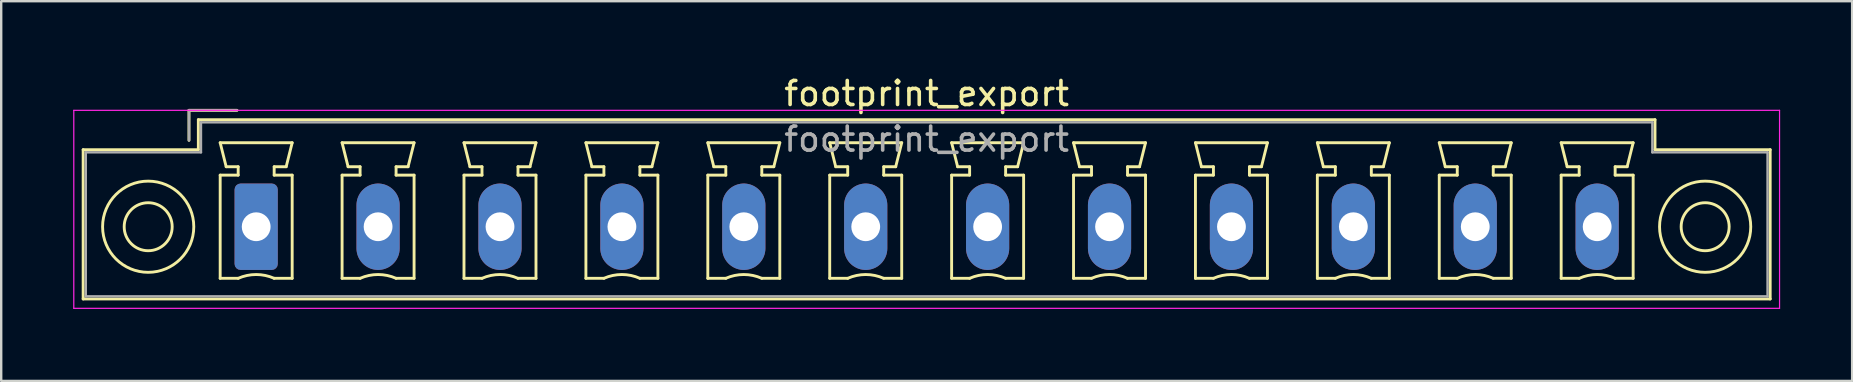
<source format=kicad_pcb>
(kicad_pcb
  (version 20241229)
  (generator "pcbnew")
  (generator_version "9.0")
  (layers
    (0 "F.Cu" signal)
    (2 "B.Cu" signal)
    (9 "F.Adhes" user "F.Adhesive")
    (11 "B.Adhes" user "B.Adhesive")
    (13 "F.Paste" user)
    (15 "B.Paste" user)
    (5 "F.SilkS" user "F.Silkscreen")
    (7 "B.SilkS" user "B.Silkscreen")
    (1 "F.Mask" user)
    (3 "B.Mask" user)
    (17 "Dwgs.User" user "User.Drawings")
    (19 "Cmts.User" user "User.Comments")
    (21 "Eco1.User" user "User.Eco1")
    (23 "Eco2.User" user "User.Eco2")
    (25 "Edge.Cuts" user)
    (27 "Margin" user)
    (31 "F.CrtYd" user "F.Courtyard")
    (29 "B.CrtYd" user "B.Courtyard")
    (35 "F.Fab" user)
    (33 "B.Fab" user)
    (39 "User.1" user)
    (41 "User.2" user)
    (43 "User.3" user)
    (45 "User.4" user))
  (footprint "footprint_export"
    (layer "F.Cu")
    (at 7.625 6.398)
    (property "Reference" "footprint_export" (at 27.94 -5.55 0) (layer "F.SilkS") (effects (font (size 1 1) (thickness 0.15))))
    (attr through_hole)
    (fp_line (start -7.21 -3.21) (end -7.21 3.01) (stroke (width 0.12) (type solid)) (layer "F.SilkS"))
    (fp_line (start -7.21 3.01) (end 63.09 3.01) (stroke (width 0.12) (type solid)) (layer "F.SilkS"))
    (fp_line (start -2.8 -4.85) (end -0.8 -4.85) (stroke (width 0.12) (type solid)) (layer "F.SilkS"))
    (fp_line (start -2.8 -3.6) (end -2.8 -4.85) (stroke (width 0.12) (type solid)) (layer "F.SilkS"))
    (fp_line (start -2.41 -4.46) (end -2.41 -3.21) (stroke (width 0.12) (type solid)) (layer "F.SilkS"))
    (fp_line (start -2.41 -3.21) (end -7.21 -3.21) (stroke (width 0.12) (type solid)) (layer "F.SilkS"))
    (fp_line (start -1.5 -3.5) (end 1.5 -3.5) (stroke (width 0.12) (type solid)) (layer "F.SilkS"))
    (fp_line (start -1.5 -2.15) (end -0.75 -2.15) (stroke (width 0.12) (type solid)) (layer "F.SilkS"))
    (fp_line (start -1.5 2.15) (end -1.5 -2.15) (stroke (width 0.12) (type solid)) (layer "F.SilkS"))
    (fp_line (start -1.25 -2.5) (end -1.5 -3.5) (stroke (width 0.12) (type solid)) (layer "F.SilkS"))
    (fp_line (start -0.75 -2.5) (end -1.25 -2.5) (stroke (width 0.12) (type solid)) (layer "F.SilkS"))
    (fp_line (start -0.75 -2.15) (end -0.75 -2.5) (stroke (width 0.12) (type solid)) (layer "F.SilkS"))
    (fp_line (start -0.75 2.15) (end -1.5 2.15) (stroke (width 0.12) (type solid)) (layer "F.SilkS"))
    (fp_line (start 0.75 -2.5) (end 0.75 -2.15) (stroke (width 0.12) (type solid)) (layer "F.SilkS"))
    (fp_line (start 0.75 -2.15) (end 1.5 -2.15) (stroke (width 0.12) (type solid)) (layer "F.SilkS"))
    (fp_line (start 1.25 -2.5) (end 0.75 -2.5) (stroke (width 0.12) (type solid)) (layer "F.SilkS"))
    (fp_line (start 1.5 -3.5) (end 1.25 -2.5) (stroke (width 0.12) (type solid)) (layer "F.SilkS"))
    (fp_line (start 1.5 -2.15) (end 1.5 2.15) (stroke (width 0.12) (type solid)) (layer "F.SilkS"))
    (fp_line (start 1.5 2.15) (end 0.75 2.15) (stroke (width 0.12) (type solid)) (layer "F.SilkS"))
    (fp_line (start 3.58 -3.5) (end 6.58 -3.5) (stroke (width 0.12) (type solid)) (layer "F.SilkS"))
    (fp_line (start 3.58 -2.15) (end 4.33 -2.15) (stroke (width 0.12) (type solid)) (layer "F.SilkS"))
    (fp_line (start 3.58 2.15) (end 3.58 -2.15) (stroke (width 0.12) (type solid)) (layer "F.SilkS"))
    (fp_line (start 3.83 -2.5) (end 3.58 -3.5) (stroke (width 0.12) (type solid)) (layer "F.SilkS"))
    (fp_line (start 4.33 -2.5) (end 3.83 -2.5) (stroke (width 0.12) (type solid)) (layer "F.SilkS"))
    (fp_line (start 4.33 -2.15) (end 4.33 -2.5) (stroke (width 0.12) (type solid)) (layer "F.SilkS"))
    (fp_line (start 4.33 2.15) (end 3.58 2.15) (stroke (width 0.12) (type solid)) (layer "F.SilkS"))
    (fp_line (start 5.83 -2.5) (end 5.83 -2.15) (stroke (width 0.12) (type solid)) (layer "F.SilkS"))
    (fp_line (start 5.83 -2.15) (end 6.58 -2.15) (stroke (width 0.12) (type solid)) (layer "F.SilkS"))
    (fp_line (start 6.33 -2.5) (end 5.83 -2.5) (stroke (width 0.12) (type solid)) (layer "F.SilkS"))
    (fp_line (start 6.58 -3.5) (end 6.33 -2.5) (stroke (width 0.12) (type solid)) (layer "F.SilkS"))
    (fp_line (start 6.58 -2.15) (end 6.58 2.15) (stroke (width 0.12) (type solid)) (layer "F.SilkS"))
    (fp_line (start 6.58 2.15) (end 5.83 2.15) (stroke (width 0.12) (type solid)) (layer "F.SilkS"))
    (fp_line (start 8.66 -3.5) (end 11.66 -3.5) (stroke (width 0.12) (type solid)) (layer "F.SilkS"))
    (fp_line (start 8.66 -2.15) (end 9.41 -2.15) (stroke (width 0.12) (type solid)) (layer "F.SilkS"))
    (fp_line (start 8.66 2.15) (end 8.66 -2.15) (stroke (width 0.12) (type solid)) (layer "F.SilkS"))
    (fp_line (start 8.91 -2.5) (end 8.66 -3.5) (stroke (width 0.12) (type solid)) (layer "F.SilkS"))
    (fp_line (start 9.41 -2.5) (end 8.91 -2.5) (stroke (width 0.12) (type solid)) (layer "F.SilkS"))
    (fp_line (start 9.41 -2.15) (end 9.41 -2.5) (stroke (width 0.12) (type solid)) (layer "F.SilkS"))
    (fp_line (start 9.41 2.15) (end 8.66 2.15) (stroke (width 0.12) (type solid)) (layer "F.SilkS"))
    (fp_line (start 10.91 -2.5) (end 10.91 -2.15) (stroke (width 0.12) (type solid)) (layer "F.SilkS"))
    (fp_line (start 10.91 -2.15) (end 11.66 -2.15) (stroke (width 0.12) (type solid)) (layer "F.SilkS"))
    (fp_line (start 11.41 -2.5) (end 10.91 -2.5) (stroke (width 0.12) (type solid)) (layer "F.SilkS"))
    (fp_line (start 11.66 -3.5) (end 11.41 -2.5) (stroke (width 0.12) (type solid)) (layer "F.SilkS"))
    (fp_line (start 11.66 -2.15) (end 11.66 2.15) (stroke (width 0.12) (type solid)) (layer "F.SilkS"))
    (fp_line (start 11.66 2.15) (end 10.91 2.15) (stroke (width 0.12) (type solid)) (layer "F.SilkS"))
    (fp_line (start 13.74 -3.5) (end 16.74 -3.5) (stroke (width 0.12) (type solid)) (layer "F.SilkS"))
    (fp_line (start 13.74 -2.15) (end 14.49 -2.15) (stroke (width 0.12) (type solid)) (layer "F.SilkS"))
    (fp_line (start 13.74 2.15) (end 13.74 -2.15) (stroke (width 0.12) (type solid)) (layer "F.SilkS"))
    (fp_line (start 13.99 -2.5) (end 13.74 -3.5) (stroke (width 0.12) (type solid)) (layer "F.SilkS"))
    (fp_line (start 14.49 -2.5) (end 13.99 -2.5) (stroke (width 0.12) (type solid)) (layer "F.SilkS"))
    (fp_line (start 14.49 -2.15) (end 14.49 -2.5) (stroke (width 0.12) (type solid)) (layer "F.SilkS"))
    (fp_line (start 14.49 2.15) (end 13.74 2.15) (stroke (width 0.12) (type solid)) (layer "F.SilkS"))
    (fp_line (start 15.99 -2.5) (end 15.99 -2.15) (stroke (width 0.12) (type solid)) (layer "F.SilkS"))
    (fp_line (start 15.99 -2.15) (end 16.74 -2.15) (stroke (width 0.12) (type solid)) (layer "F.SilkS"))
    (fp_line (start 16.49 -2.5) (end 15.99 -2.5) (stroke (width 0.12) (type solid)) (layer "F.SilkS"))
    (fp_line (start 16.74 -3.5) (end 16.49 -2.5) (stroke (width 0.12) (type solid)) (layer "F.SilkS"))
    (fp_line (start 16.74 -2.15) (end 16.74 2.15) (stroke (width 0.12) (type solid)) (layer "F.SilkS"))
    (fp_line (start 16.74 2.15) (end 15.99 2.15) (stroke (width 0.12) (type solid)) (layer "F.SilkS"))
    (fp_line (start 18.82 -3.5) (end 21.82 -3.5) (stroke (width 0.12) (type solid)) (layer "F.SilkS"))
    (fp_line (start 18.82 -2.15) (end 19.57 -2.15) (stroke (width 0.12) (type solid)) (layer "F.SilkS"))
    (fp_line (start 18.82 2.15) (end 18.82 -2.15) (stroke (width 0.12) (type solid)) (layer "F.SilkS"))
    (fp_line (start 19.07 -2.5) (end 18.82 -3.5) (stroke (width 0.12) (type solid)) (layer "F.SilkS"))
    (fp_line (start 19.57 -2.5) (end 19.07 -2.5) (stroke (width 0.12) (type solid)) (layer "F.SilkS"))
    (fp_line (start 19.57 -2.15) (end 19.57 -2.5) (stroke (width 0.12) (type solid)) (layer "F.SilkS"))
    (fp_line (start 19.57 2.15) (end 18.82 2.15) (stroke (width 0.12) (type solid)) (layer "F.SilkS"))
    (fp_line (start 21.07 -2.5) (end 21.07 -2.15) (stroke (width 0.12) (type solid)) (layer "F.SilkS"))
    (fp_line (start 21.07 -2.15) (end 21.82 -2.15) (stroke (width 0.12) (type solid)) (layer "F.SilkS"))
    (fp_line (start 21.57 -2.5) (end 21.07 -2.5) (stroke (width 0.12) (type solid)) (layer "F.SilkS"))
    (fp_line (start 21.82 -3.5) (end 21.57 -2.5) (stroke (width 0.12) (type solid)) (layer "F.SilkS"))
    (fp_line (start 21.82 -2.15) (end 21.82 2.15) (stroke (width 0.12) (type solid)) (layer "F.SilkS"))
    (fp_line (start 21.82 2.15) (end 21.07 2.15) (stroke (width 0.12) (type solid)) (layer "F.SilkS"))
    (fp_line (start 23.9 -3.5) (end 26.9 -3.5) (stroke (width 0.12) (type solid)) (layer "F.SilkS"))
    (fp_line (start 23.9 -2.15) (end 24.65 -2.15) (stroke (width 0.12) (type solid)) (layer "F.SilkS"))
    (fp_line (start 23.9 2.15) (end 23.9 -2.15) (stroke (width 0.12) (type solid)) (layer "F.SilkS"))
    (fp_line (start 24.15 -2.5) (end 23.9 -3.5) (stroke (width 0.12) (type solid)) (layer "F.SilkS"))
    (fp_line (start 24.65 -2.5) (end 24.15 -2.5) (stroke (width 0.12) (type solid)) (layer "F.SilkS"))
    (fp_line (start 24.65 -2.15) (end 24.65 -2.5) (stroke (width 0.12) (type solid)) (layer "F.SilkS"))
    (fp_line (start 24.65 2.15) (end 23.9 2.15) (stroke (width 0.12) (type solid)) (layer "F.SilkS"))
    (fp_line (start 26.15 -2.5) (end 26.15 -2.15) (stroke (width 0.12) (type solid)) (layer "F.SilkS"))
    (fp_line (start 26.15 -2.15) (end 26.9 -2.15) (stroke (width 0.12) (type solid)) (layer "F.SilkS"))
    (fp_line (start 26.65 -2.5) (end 26.15 -2.5) (stroke (width 0.12) (type solid)) (layer "F.SilkS"))
    (fp_line (start 26.9 -3.5) (end 26.65 -2.5) (stroke (width 0.12) (type solid)) (layer "F.SilkS"))
    (fp_line (start 26.9 -2.15) (end 26.9 2.15) (stroke (width 0.12) (type solid)) (layer "F.SilkS"))
    (fp_line (start 26.9 2.15) (end 26.15 2.15) (stroke (width 0.12) (type solid)) (layer "F.SilkS"))
    (fp_line (start 28.98 -3.5) (end 31.98 -3.5) (stroke (width 0.12) (type solid)) (layer "F.SilkS"))
    (fp_line (start 28.98 -2.15) (end 29.73 -2.15) (stroke (width 0.12) (type solid)) (layer "F.SilkS"))
    (fp_line (start 28.98 2.15) (end 28.98 -2.15) (stroke (width 0.12) (type solid)) (layer "F.SilkS"))
    (fp_line (start 29.23 -2.5) (end 28.98 -3.5) (stroke (width 0.12) (type solid)) (layer "F.SilkS"))
    (fp_line (start 29.73 -2.5) (end 29.23 -2.5) (stroke (width 0.12) (type solid)) (layer "F.SilkS"))
    (fp_line (start 29.73 -2.15) (end 29.73 -2.5) (stroke (width 0.12) (type solid)) (layer "F.SilkS"))
    (fp_line (start 29.73 2.15) (end 28.98 2.15) (stroke (width 0.12) (type solid)) (layer "F.SilkS"))
    (fp_line (start 31.23 -2.5) (end 31.23 -2.15) (stroke (width 0.12) (type solid)) (layer "F.SilkS"))
    (fp_line (start 31.23 -2.15) (end 31.98 -2.15) (stroke (width 0.12) (type solid)) (layer "F.SilkS"))
    (fp_line (start 31.73 -2.5) (end 31.23 -2.5) (stroke (width 0.12) (type solid)) (layer "F.SilkS"))
    (fp_line (start 31.98 -3.5) (end 31.73 -2.5) (stroke (width 0.12) (type solid)) (layer "F.SilkS"))
    (fp_line (start 31.98 -2.15) (end 31.98 2.15) (stroke (width 0.12) (type solid)) (layer "F.SilkS"))
    (fp_line (start 31.98 2.15) (end 31.23 2.15) (stroke (width 0.12) (type solid)) (layer "F.SilkS"))
    (fp_line (start 34.06 -3.5) (end 37.06 -3.5) (stroke (width 0.12) (type solid)) (layer "F.SilkS"))
    (fp_line (start 34.06 -2.15) (end 34.81 -2.15) (stroke (width 0.12) (type solid)) (layer "F.SilkS"))
    (fp_line (start 34.06 2.15) (end 34.06 -2.15) (stroke (width 0.12) (type solid)) (layer "F.SilkS"))
    (fp_line (start 34.31 -2.5) (end 34.06 -3.5) (stroke (width 0.12) (type solid)) (layer "F.SilkS"))
    (fp_line (start 34.81 -2.5) (end 34.31 -2.5) (stroke (width 0.12) (type solid)) (layer "F.SilkS"))
    (fp_line (start 34.81 -2.15) (end 34.81 -2.5) (stroke (width 0.12) (type solid)) (layer "F.SilkS"))
    (fp_line (start 34.81 2.15) (end 34.06 2.15) (stroke (width 0.12) (type solid)) (layer "F.SilkS"))
    (fp_line (start 36.31 -2.5) (end 36.31 -2.15) (stroke (width 0.12) (type solid)) (layer "F.SilkS"))
    (fp_line (start 36.31 -2.15) (end 37.06 -2.15) (stroke (width 0.12) (type solid)) (layer "F.SilkS"))
    (fp_line (start 36.81 -2.5) (end 36.31 -2.5) (stroke (width 0.12) (type solid)) (layer "F.SilkS"))
    (fp_line (start 37.06 -3.5) (end 36.81 -2.5) (stroke (width 0.12) (type solid)) (layer "F.SilkS"))
    (fp_line (start 37.06 -2.15) (end 37.06 2.15) (stroke (width 0.12) (type solid)) (layer "F.SilkS"))
    (fp_line (start 37.06 2.15) (end 36.31 2.15) (stroke (width 0.12) (type solid)) (layer "F.SilkS"))
    (fp_line (start 39.14 -3.5) (end 42.14 -3.5) (stroke (width 0.12) (type solid)) (layer "F.SilkS"))
    (fp_line (start 39.14 -2.15) (end 39.89 -2.15) (stroke (width 0.12) (type solid)) (layer "F.SilkS"))
    (fp_line (start 39.14 2.15) (end 39.14 -2.15) (stroke (width 0.12) (type solid)) (layer "F.SilkS"))
    (fp_line (start 39.39 -2.5) (end 39.14 -3.5) (stroke (width 0.12) (type solid)) (layer "F.SilkS"))
    (fp_line (start 39.89 -2.5) (end 39.39 -2.5) (stroke (width 0.12) (type solid)) (layer "F.SilkS"))
    (fp_line (start 39.89 -2.15) (end 39.89 -2.5) (stroke (width 0.12) (type solid)) (layer "F.SilkS"))
    (fp_line (start 39.89 2.15) (end 39.14 2.15) (stroke (width 0.12) (type solid)) (layer "F.SilkS"))
    (fp_line (start 41.39 -2.5) (end 41.39 -2.15) (stroke (width 0.12) (type solid)) (layer "F.SilkS"))
    (fp_line (start 41.39 -2.15) (end 42.14 -2.15) (stroke (width 0.12) (type solid)) (layer "F.SilkS"))
    (fp_line (start 41.89 -2.5) (end 41.39 -2.5) (stroke (width 0.12) (type solid)) (layer "F.SilkS"))
    (fp_line (start 42.14 -3.5) (end 41.89 -2.5) (stroke (width 0.12) (type solid)) (layer "F.SilkS"))
    (fp_line (start 42.14 -2.15) (end 42.14 2.15) (stroke (width 0.12) (type solid)) (layer "F.SilkS"))
    (fp_line (start 42.14 2.15) (end 41.39 2.15) (stroke (width 0.12) (type solid)) (layer "F.SilkS"))
    (fp_line (start 44.22 -3.5) (end 47.22 -3.5) (stroke (width 0.12) (type solid)) (layer "F.SilkS"))
    (fp_line (start 44.22 -2.15) (end 44.97 -2.15) (stroke (width 0.12) (type solid)) (layer "F.SilkS"))
    (fp_line (start 44.22 2.15) (end 44.22 -2.15) (stroke (width 0.12) (type solid)) (layer "F.SilkS"))
    (fp_line (start 44.47 -2.5) (end 44.22 -3.5) (stroke (width 0.12) (type solid)) (layer "F.SilkS"))
    (fp_line (start 44.97 -2.5) (end 44.47 -2.5) (stroke (width 0.12) (type solid)) (layer "F.SilkS"))
    (fp_line (start 44.97 -2.15) (end 44.97 -2.5) (stroke (width 0.12) (type solid)) (layer "F.SilkS"))
    (fp_line (start 44.97 2.15) (end 44.22 2.15) (stroke (width 0.12) (type solid)) (layer "F.SilkS"))
    (fp_line (start 46.47 -2.5) (end 46.47 -2.15) (stroke (width 0.12) (type solid)) (layer "F.SilkS"))
    (fp_line (start 46.47 -2.15) (end 47.22 -2.15) (stroke (width 0.12) (type solid)) (layer "F.SilkS"))
    (fp_line (start 46.97 -2.5) (end 46.47 -2.5) (stroke (width 0.12) (type solid)) (layer "F.SilkS"))
    (fp_line (start 47.22 -3.5) (end 46.97 -2.5) (stroke (width 0.12) (type solid)) (layer "F.SilkS"))
    (fp_line (start 47.22 -2.15) (end 47.22 2.15) (stroke (width 0.12) (type solid)) (layer "F.SilkS"))
    (fp_line (start 47.22 2.15) (end 46.47 2.15) (stroke (width 0.12) (type solid)) (layer "F.SilkS"))
    (fp_line (start 49.3 -3.5) (end 52.3 -3.5) (stroke (width 0.12) (type solid)) (layer "F.SilkS"))
    (fp_line (start 49.3 -2.15) (end 50.05 -2.15) (stroke (width 0.12) (type solid)) (layer "F.SilkS"))
    (fp_line (start 49.3 2.15) (end 49.3 -2.15) (stroke (width 0.12) (type solid)) (layer "F.SilkS"))
    (fp_line (start 49.55 -2.5) (end 49.3 -3.5) (stroke (width 0.12) (type solid)) (layer "F.SilkS"))
    (fp_line (start 50.05 -2.5) (end 49.55 -2.5) (stroke (width 0.12) (type solid)) (layer "F.SilkS"))
    (fp_line (start 50.05 -2.15) (end 50.05 -2.5) (stroke (width 0.12) (type solid)) (layer "F.SilkS"))
    (fp_line (start 50.05 2.15) (end 49.3 2.15) (stroke (width 0.12) (type solid)) (layer "F.SilkS"))
    (fp_line (start 51.55 -2.5) (end 51.55 -2.15) (stroke (width 0.12) (type solid)) (layer "F.SilkS"))
    (fp_line (start 51.55 -2.15) (end 52.3 -2.15) (stroke (width 0.12) (type solid)) (layer "F.SilkS"))
    (fp_line (start 52.05 -2.5) (end 51.55 -2.5) (stroke (width 0.12) (type solid)) (layer "F.SilkS"))
    (fp_line (start 52.3 -3.5) (end 52.05 -2.5) (stroke (width 0.12) (type solid)) (layer "F.SilkS"))
    (fp_line (start 52.3 -2.15) (end 52.3 2.15) (stroke (width 0.12) (type solid)) (layer "F.SilkS"))
    (fp_line (start 52.3 2.15) (end 51.55 2.15) (stroke (width 0.12) (type solid)) (layer "F.SilkS"))
    (fp_line (start 54.38 -3.5) (end 57.38 -3.5) (stroke (width 0.12) (type solid)) (layer "F.SilkS"))
    (fp_line (start 54.38 -2.15) (end 55.13 -2.15) (stroke (width 0.12) (type solid)) (layer "F.SilkS"))
    (fp_line (start 54.38 2.15) (end 54.38 -2.15) (stroke (width 0.12) (type solid)) (layer "F.SilkS"))
    (fp_line (start 54.63 -2.5) (end 54.38 -3.5) (stroke (width 0.12) (type solid)) (layer "F.SilkS"))
    (fp_line (start 55.13 -2.5) (end 54.63 -2.5) (stroke (width 0.12) (type solid)) (layer "F.SilkS"))
    (fp_line (start 55.13 -2.15) (end 55.13 -2.5) (stroke (width 0.12) (type solid)) (layer "F.SilkS"))
    (fp_line (start 55.13 2.15) (end 54.38 2.15) (stroke (width 0.12) (type solid)) (layer "F.SilkS"))
    (fp_line (start 56.63 -2.5) (end 56.63 -2.15) (stroke (width 0.12) (type solid)) (layer "F.SilkS"))
    (fp_line (start 56.63 -2.15) (end 57.38 -2.15) (stroke (width 0.12) (type solid)) (layer "F.SilkS"))
    (fp_line (start 57.13 -2.5) (end 56.63 -2.5) (stroke (width 0.12) (type solid)) (layer "F.SilkS"))
    (fp_line (start 57.38 -3.5) (end 57.13 -2.5) (stroke (width 0.12) (type solid)) (layer "F.SilkS"))
    (fp_line (start 57.38 -2.15) (end 57.38 2.15) (stroke (width 0.12) (type solid)) (layer "F.SilkS"))
    (fp_line (start 57.38 2.15) (end 56.63 2.15) (stroke (width 0.12) (type solid)) (layer "F.SilkS"))
    (fp_line (start 58.29 -4.46) (end -2.41 -4.46) (stroke (width 0.12) (type solid)) (layer "F.SilkS"))
    (fp_line (start 58.29 -3.21) (end 58.29 -4.46) (stroke (width 0.12) (type solid)) (layer "F.SilkS"))
    (fp_line (start 63.09 -3.21) (end 58.29 -3.21) (stroke (width 0.12) (type solid)) (layer "F.SilkS"))
    (fp_line (start 63.09 3.01) (end 63.09 -3.21) (stroke (width 0.12) (type solid)) (layer "F.SilkS"))
    (fp_arc (start -0.75 2.15) (mid -0.000193 1.99191) (end 0.749647 2.149844) (stroke (width 0.12) (type solid)) (layer "F.SilkS"))
    (fp_arc (start 4.33 2.15) (mid 5.079807 1.99191) (end 5.829647 2.149844) (stroke (width 0.12) (type solid)) (layer "F.SilkS"))
    (fp_arc (start 9.41 2.15) (mid 10.159807 1.99191) (end 10.909647 2.149844) (stroke (width 0.12) (type solid)) (layer "F.SilkS"))
    (fp_arc (start 14.49 2.15) (mid 15.239807 1.99191) (end 15.989647 2.149844) (stroke (width 0.12) (type solid)) (layer "F.SilkS"))
    (fp_arc (start 19.57 2.15) (mid 20.319807 1.99191) (end 21.069647 2.149844) (stroke (width 0.12) (type solid)) (layer "F.SilkS"))
    (fp_arc (start 24.65 2.15) (mid 25.399807 1.99191) (end 26.149647 2.149844) (stroke (width 0.12) (type solid)) (layer "F.SilkS"))
    (fp_arc (start 29.73 2.15) (mid 30.479807 1.99191) (end 31.229647 2.149844) (stroke (width 0.12) (type solid)) (layer "F.SilkS"))
    (fp_arc (start 34.81 2.15) (mid 35.559807 1.99191) (end 36.309647 2.149844) (stroke (width 0.12) (type solid)) (layer "F.SilkS"))
    (fp_arc (start 39.89 2.15) (mid 40.639807 1.99191) (end 41.389647 2.149844) (stroke (width 0.12) (type solid)) (layer "F.SilkS"))
    (fp_arc (start 44.97 2.15) (mid 45.719807 1.99191) (end 46.469647 2.149844) (stroke (width 0.12) (type solid)) (layer "F.SilkS"))
    (fp_arc (start 50.05 2.15) (mid 50.799807 1.99191) (end 51.549647 2.149844) (stroke (width 0.12) (type solid)) (layer "F.SilkS"))
    (fp_arc (start 55.13 2.15) (mid 55.879807 1.99191) (end 56.629647 2.149844) (stroke (width 0.12) (type solid)) (layer "F.SilkS"))
    (fp_circle (center -4.5 0) (end -3.5 0) (stroke (width 0.12) (type solid)) (fill no) (layer "F.SilkS"))
    (fp_circle (center -4.5 0) (end -2.6 0) (stroke (width 0.12) (type solid)) (fill no) (layer "F.SilkS"))
    (fp_circle (center 60.38 0) (end 61.38 0) (stroke (width 0.12) (type solid)) (fill no) (layer "F.SilkS"))
    (fp_circle (center 60.38 0) (end 62.28 0) (stroke (width 0.12) (type solid)) (fill no) (layer "F.SilkS"))
    (fp_line (start -7.6 -4.85) (end -7.6 3.4) (stroke (width 0.05) (type solid)) (layer "F.CrtYd"))
    (fp_line (start -7.6 3.4) (end 63.48 3.4) (stroke (width 0.05) (type solid)) (layer "F.CrtYd"))
    (fp_line (start 63.48 -4.85) (end -7.6 -4.85) (stroke (width 0.05) (type solid)) (layer "F.CrtYd"))
    (fp_line (start 63.48 3.4) (end 63.48 -4.85) (stroke (width 0.05) (type solid)) (layer "F.CrtYd"))
    (fp_line (start -7.1 -3.1) (end -7.1 2.9) (stroke (width 0.1) (type solid)) (layer "F.Fab"))
    (fp_line (start -7.1 2.9) (end 62.98 2.9) (stroke (width 0.1) (type solid)) (layer "F.Fab"))
    (fp_line (start -2.8 -4.85) (end -0.8 -4.85) (stroke (width 0.1) (type solid)) (layer "F.Fab"))
    (fp_line (start -2.8 -3.6) (end -2.8 -4.85) (stroke (width 0.1) (type solid)) (layer "F.Fab"))
    (fp_line (start -2.3 -4.35) (end -2.3 -3.1) (stroke (width 0.1) (type solid)) (layer "F.Fab"))
    (fp_line (start -2.3 -3.1) (end -7.1 -3.1) (stroke (width 0.1) (type solid)) (layer "F.Fab"))
    (fp_line (start 58.18 -4.35) (end -2.3 -4.35) (stroke (width 0.1) (type solid)) (layer "F.Fab"))
    (fp_line (start 58.18 -3.1) (end 58.18 -4.35) (stroke (width 0.1) (type solid)) (layer "F.Fab"))
    (fp_line (start 62.98 -3.1) (end 58.18 -3.1) (stroke (width 0.1) (type solid)) (layer "F.Fab"))
    (fp_line (start 62.98 2.9) (end 62.98 -3.1) (stroke (width 0.1) (type solid)) (layer "F.Fab"))
    (fp_text user "${REFERENCE}" (at 27.94 -3.65 0) (layer "F.Fab") (effects (font (size 1 1) (thickness 0.15))))
    (pad "1" thru_hole roundrect (at 0 0) (size 1.8 3.6) (drill 1.2) (layers "*.Cu" "*.Mask") (roundrect_rratio 0.139))
    (pad "2" thru_hole oval (at 5.08 0) (size 1.8 3.6) (drill 1.2) (layers "*.Cu" "*.Mask"))
    (pad "3" thru_hole oval (at 10.16 0) (size 1.8 3.6) (drill 1.2) (layers "*.Cu" "*.Mask"))
    (pad "4" thru_hole oval (at 15.24 0) (size 1.8 3.6) (drill 1.2) (layers "*.Cu" "*.Mask"))
    (pad "5" thru_hole oval (at 20.32 0) (size 1.8 3.6) (drill 1.2) (layers "*.Cu" "*.Mask"))
    (pad "6" thru_hole oval (at 25.4 0) (size 1.8 3.6) (drill 1.2) (layers "*.Cu" "*.Mask"))
    (pad "7" thru_hole oval (at 30.48 0) (size 1.8 3.6) (drill 1.2) (layers "*.Cu" "*.Mask"))
    (pad "8" thru_hole oval (at 35.56 0) (size 1.8 3.6) (drill 1.2) (layers "*.Cu" "*.Mask"))
    (pad "9" thru_hole oval (at 40.64 0) (size 1.8 3.6) (drill 1.2) (layers "*.Cu" "*.Mask"))
    (pad "10" thru_hole oval (at 45.72 0) (size 1.8 3.6) (drill 1.2) (layers "*.Cu" "*.Mask"))
    (pad "11" thru_hole oval (at 50.8 0) (size 1.8 3.6) (drill 1.2) (layers "*.Cu" "*.Mask"))
    (pad "12" thru_hole oval (at 55.88 0) (size 1.8 3.6) (drill 1.2) (layers "*.Cu" "*.Mask")))
  (gr_rect
    (start -3 -3)
    (end 74.13 12.823)
    (stroke (width 0.1) (type default))
    (fill no)
    (layer "Edge.Cuts")))
</source>
